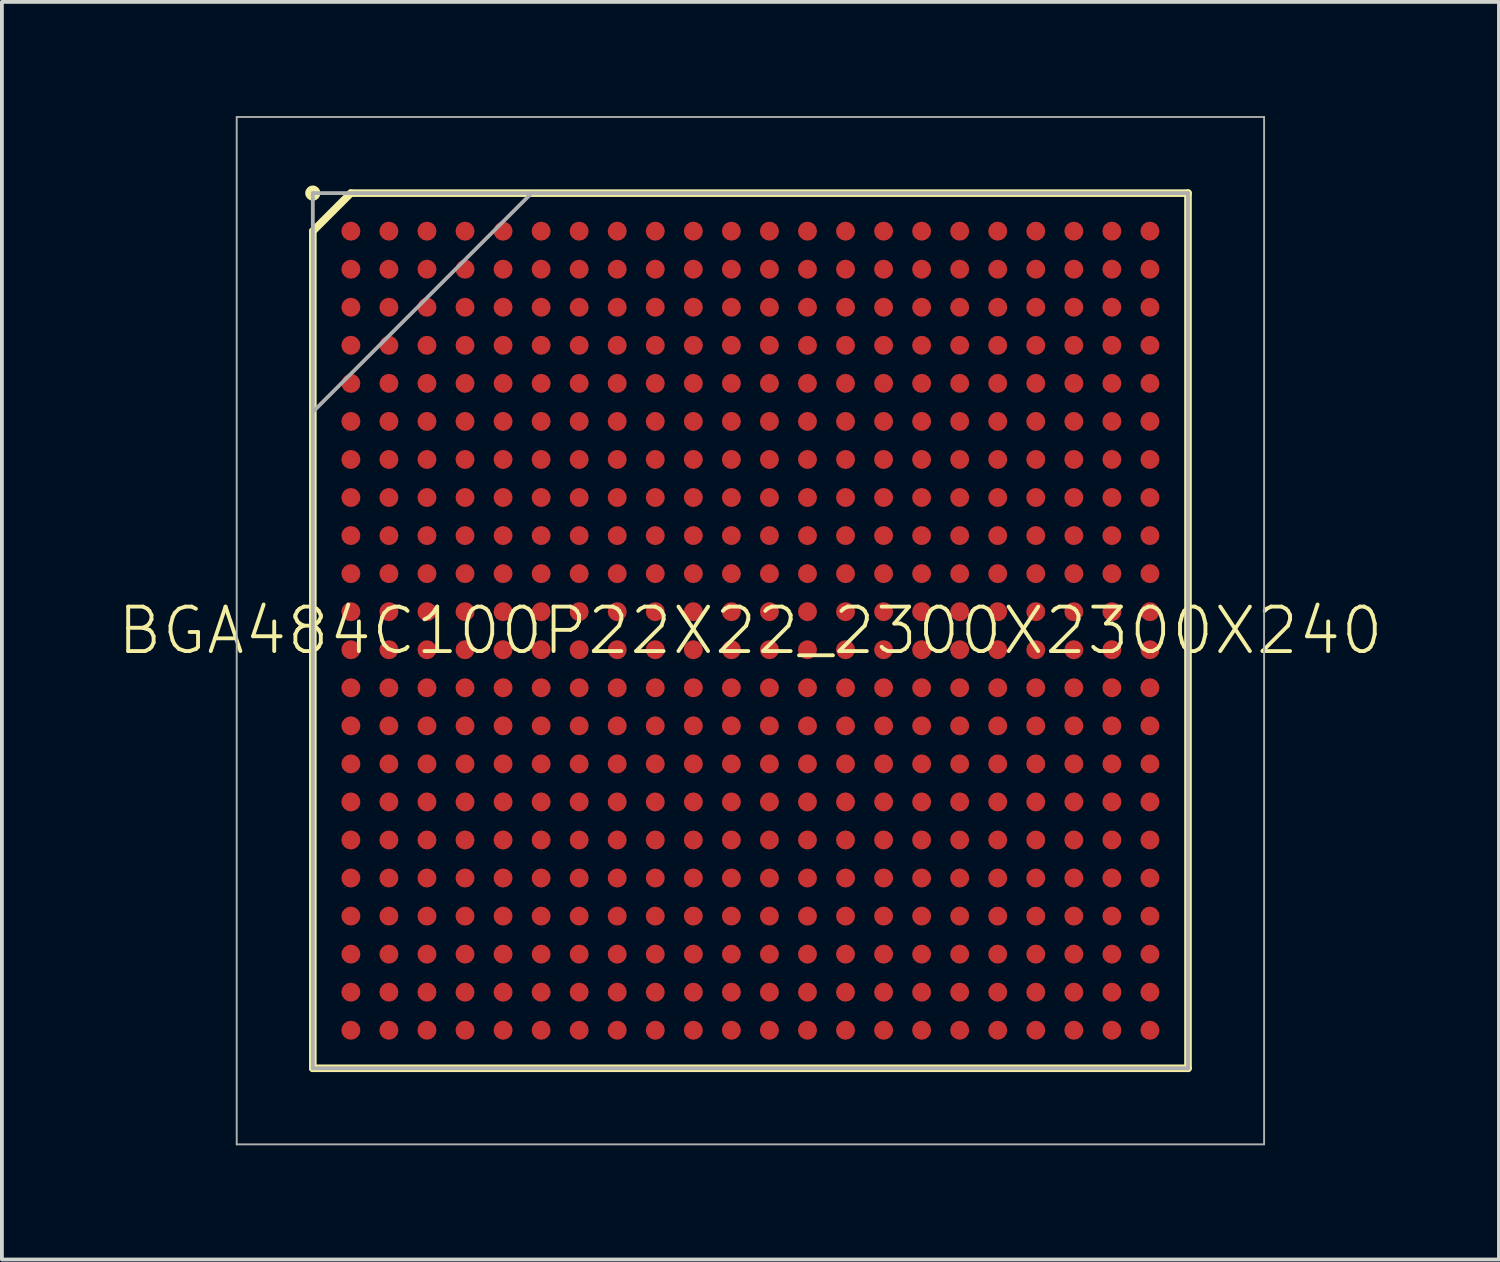
<source format=kicad_pcb>
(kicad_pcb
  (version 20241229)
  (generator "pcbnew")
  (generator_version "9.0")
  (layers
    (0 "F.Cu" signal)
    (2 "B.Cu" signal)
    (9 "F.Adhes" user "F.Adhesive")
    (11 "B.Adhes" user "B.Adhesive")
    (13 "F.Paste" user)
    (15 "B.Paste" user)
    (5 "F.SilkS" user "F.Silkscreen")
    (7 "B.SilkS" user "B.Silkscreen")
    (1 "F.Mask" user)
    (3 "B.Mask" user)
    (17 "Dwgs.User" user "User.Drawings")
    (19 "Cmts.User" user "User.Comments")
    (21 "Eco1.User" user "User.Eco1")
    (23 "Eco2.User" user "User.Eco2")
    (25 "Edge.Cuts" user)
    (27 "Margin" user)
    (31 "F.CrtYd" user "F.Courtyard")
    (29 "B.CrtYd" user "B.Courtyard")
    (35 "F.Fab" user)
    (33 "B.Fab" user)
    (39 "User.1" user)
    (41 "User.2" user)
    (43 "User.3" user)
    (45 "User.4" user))
  (footprint "BGA484C100P22X22_2300X2300X240"
    (layer "F.Cu")
    (at 16.671 13.525)
    (property "Reference" "BGA484C100P22X22_2300X2300X240" (at 0 0 0) (unlocked yes) (layer "F.SilkS") (effects (font (size 1.168 1.168) (thickness 0.102))))
    (fp_line (start -11.5 -10.5) (end -10.5 -11.5) (stroke (width 0.2) (type solid)) (layer "F.SilkS"))
    (fp_line (start -11.5 11.5) (end -11.5 -10.5) (stroke (width 0.2) (type solid)) (layer "F.SilkS"))
    (fp_line (start -10.5 -11.5) (end 11.5 -11.5) (stroke (width 0.2) (type solid)) (layer "F.SilkS"))
    (fp_line (start 11.5 -11.5) (end 11.5 11.5) (stroke (width 0.2) (type solid)) (layer "F.SilkS"))
    (fp_line (start 11.5 11.5) (end -11.5 11.5) (stroke (width 0.2) (type solid)) (layer "F.SilkS"))
    (fp_circle (center -11.5 -11.5) (end -11.4 -11.5) (stroke (width 0.2) (type solid)) (fill no) (layer "F.SilkS"))
    (fp_line (start -13.5 -13.5) (end 13.5 -13.5) (stroke (width 0.05) (type solid)) (layer "F.Fab"))
    (fp_line (start -13.5 13.5) (end -13.5 -13.5) (stroke (width 0.05) (type solid)) (layer "F.Fab"))
    (fp_line (start -11.5 -11.5) (end 11.5 -11.5) (stroke (width 0.1) (type solid)) (layer "F.Fab"))
    (fp_line (start -11.5 -5.75) (end -5.75 -11.5) (stroke (width 0.1) (type solid)) (layer "F.Fab"))
    (fp_line (start -11.5 11.5) (end -11.5 -11.5) (stroke (width 0.1) (type solid)) (layer "F.Fab"))
    (fp_line (start 11.5 -11.5) (end 11.5 11.5) (stroke (width 0.1) (type solid)) (layer "F.Fab"))
    (fp_line (start 11.5 11.5) (end -11.5 11.5) (stroke (width 0.1) (type solid)) (layer "F.Fab"))
    (fp_line (start 13.5 -13.5) (end 13.5 13.5) (stroke (width 0.05) (type solid)) (layer "F.Fab"))
    (fp_line (start 13.5 13.5) (end -13.5 13.5) (stroke (width 0.05) (type solid)) (layer "F.Fab"))
    (pad "A1" smd roundrect (at -10.5 -10.5) (size 0.5 0.5) (layers "F.Cu" "F.Mask" "F.Paste") (roundrect_rratio 0.5))
    (pad "A2" smd roundrect (at -9.5 -10.5) (size 0.5 0.5) (layers "F.Cu" "F.Mask" "F.Paste") (roundrect_rratio 0.5))
    (pad "A3" smd roundrect (at -8.5 -10.5) (size 0.5 0.5) (layers "F.Cu" "F.Mask" "F.Paste") (roundrect_rratio 0.5))
    (pad "A4" smd roundrect (at -7.5 -10.5) (size 0.5 0.5) (layers "F.Cu" "F.Mask" "F.Paste") (roundrect_rratio 0.5))
    (pad "A5" smd roundrect (at -6.5 -10.5) (size 0.5 0.5) (layers "F.Cu" "F.Mask" "F.Paste") (roundrect_rratio 0.5))
    (pad "A6" smd roundrect (at -5.5 -10.5) (size 0.5 0.5) (layers "F.Cu" "F.Mask" "F.Paste") (roundrect_rratio 0.5))
    (pad "A7" smd roundrect (at -4.5 -10.5) (size 0.5 0.5) (layers "F.Cu" "F.Mask" "F.Paste") (roundrect_rratio 0.5))
    (pad "A8" smd roundrect (at -3.5 -10.5) (size 0.5 0.5) (layers "F.Cu" "F.Mask" "F.Paste") (roundrect_rratio 0.5))
    (pad "A9" smd roundrect (at -2.5 -10.5) (size 0.5 0.5) (layers "F.Cu" "F.Mask" "F.Paste") (roundrect_rratio 0.5))
    (pad "A10" smd roundrect (at -1.5 -10.5) (size 0.5 0.5) (layers "F.Cu" "F.Mask" "F.Paste") (roundrect_rratio 0.5))
    (pad "A11" smd roundrect (at -0.5 -10.5) (size 0.5 0.5) (layers "F.Cu" "F.Mask" "F.Paste") (roundrect_rratio 0.5))
    (pad "A12" smd roundrect (at 0.5 -10.5) (size 0.5 0.5) (layers "F.Cu" "F.Mask" "F.Paste") (roundrect_rratio 0.5))
    (pad "A13" smd roundrect (at 1.5 -10.5) (size 0.5 0.5) (layers "F.Cu" "F.Mask" "F.Paste") (roundrect_rratio 0.5))
    (pad "A14" smd roundrect (at 2.5 -10.5) (size 0.5 0.5) (layers "F.Cu" "F.Mask" "F.Paste") (roundrect_rratio 0.5))
    (pad "A15" smd roundrect (at 3.5 -10.5) (size 0.5 0.5) (layers "F.Cu" "F.Mask" "F.Paste") (roundrect_rratio 0.5))
    (pad "A16" smd roundrect (at 4.5 -10.5) (size 0.5 0.5) (layers "F.Cu" "F.Mask" "F.Paste") (roundrect_rratio 0.5))
    (pad "A17" smd roundrect (at 5.5 -10.5) (size 0.5 0.5) (layers "F.Cu" "F.Mask" "F.Paste") (roundrect_rratio 0.5))
    (pad "A18" smd roundrect (at 6.5 -10.5) (size 0.5 0.5) (layers "F.Cu" "F.Mask" "F.Paste") (roundrect_rratio 0.5))
    (pad "A19" smd roundrect (at 7.5 -10.5) (size 0.5 0.5) (layers "F.Cu" "F.Mask" "F.Paste") (roundrect_rratio 0.5))
    (pad "A20" smd roundrect (at 8.5 -10.5) (size 0.5 0.5) (layers "F.Cu" "F.Mask" "F.Paste") (roundrect_rratio 0.5))
    (pad "A21" smd roundrect (at 9.5 -10.5) (size 0.5 0.5) (layers "F.Cu" "F.Mask" "F.Paste") (roundrect_rratio 0.5))
    (pad "A22" smd roundrect (at 10.5 -10.5) (size 0.5 0.5) (layers "F.Cu" "F.Mask" "F.Paste") (roundrect_rratio 0.5))
    (pad "AA1" smd roundrect (at -10.5 9.5) (size 0.5 0.5) (layers "F.Cu" "F.Mask" "F.Paste") (roundrect_rratio 0.5))
    (pad "AA2" smd roundrect (at -9.5 9.5) (size 0.5 0.5) (layers "F.Cu" "F.Mask" "F.Paste") (roundrect_rratio 0.5))
    (pad "AA3" smd roundrect (at -8.5 9.5) (size 0.5 0.5) (layers "F.Cu" "F.Mask" "F.Paste") (roundrect_rratio 0.5))
    (pad "AA4" smd roundrect (at -7.5 9.5) (size 0.5 0.5) (layers "F.Cu" "F.Mask" "F.Paste") (roundrect_rratio 0.5))
    (pad "AA5" smd roundrect (at -6.5 9.5) (size 0.5 0.5) (layers "F.Cu" "F.Mask" "F.Paste") (roundrect_rratio 0.5))
    (pad "AA6" smd roundrect (at -5.5 9.5) (size 0.5 0.5) (layers "F.Cu" "F.Mask" "F.Paste") (roundrect_rratio 0.5))
    (pad "AA7" smd roundrect (at -4.5 9.5) (size 0.5 0.5) (layers "F.Cu" "F.Mask" "F.Paste") (roundrect_rratio 0.5))
    (pad "AA8" smd roundrect (at -3.5 9.5) (size 0.5 0.5) (layers "F.Cu" "F.Mask" "F.Paste") (roundrect_rratio 0.5))
    (pad "AA9" smd roundrect (at -2.5 9.5) (size 0.5 0.5) (layers "F.Cu" "F.Mask" "F.Paste") (roundrect_rratio 0.5))
    (pad "AA10" smd roundrect (at -1.5 9.5) (size 0.5 0.5) (layers "F.Cu" "F.Mask" "F.Paste") (roundrect_rratio 0.5))
    (pad "AA11" smd roundrect (at -0.5 9.5) (size 0.5 0.5) (layers "F.Cu" "F.Mask" "F.Paste") (roundrect_rratio 0.5))
    (pad "AA12" smd roundrect (at 0.5 9.5) (size 0.5 0.5) (layers "F.Cu" "F.Mask" "F.Paste") (roundrect_rratio 0.5))
    (pad "AA13" smd roundrect (at 1.5 9.5) (size 0.5 0.5) (layers "F.Cu" "F.Mask" "F.Paste") (roundrect_rratio 0.5))
    (pad "AA14" smd roundrect (at 2.5 9.5) (size 0.5 0.5) (layers "F.Cu" "F.Mask" "F.Paste") (roundrect_rratio 0.5))
    (pad "AA15" smd roundrect (at 3.5 9.5) (size 0.5 0.5) (layers "F.Cu" "F.Mask" "F.Paste") (roundrect_rratio 0.5))
    (pad "AA16" smd roundrect (at 4.5 9.5) (size 0.5 0.5) (layers "F.Cu" "F.Mask" "F.Paste") (roundrect_rratio 0.5))
    (pad "AA17" smd roundrect (at 5.5 9.5) (size 0.5 0.5) (layers "F.Cu" "F.Mask" "F.Paste") (roundrect_rratio 0.5))
    (pad "AA18" smd roundrect (at 6.5 9.5) (size 0.5 0.5) (layers "F.Cu" "F.Mask" "F.Paste") (roundrect_rratio 0.5))
    (pad "AA19" smd roundrect (at 7.5 9.5) (size 0.5 0.5) (layers "F.Cu" "F.Mask" "F.Paste") (roundrect_rratio 0.5))
    (pad "AA20" smd roundrect (at 8.5 9.5) (size 0.5 0.5) (layers "F.Cu" "F.Mask" "F.Paste") (roundrect_rratio 0.5))
    (pad "AA21" smd roundrect (at 9.5 9.5) (size 0.5 0.5) (layers "F.Cu" "F.Mask" "F.Paste") (roundrect_rratio 0.5))
    (pad "AA22" smd roundrect (at 10.5 9.5) (size 0.5 0.5) (layers "F.Cu" "F.Mask" "F.Paste") (roundrect_rratio 0.5))
    (pad "AB1" smd roundrect (at -10.5 10.5) (size 0.5 0.5) (layers "F.Cu" "F.Mask" "F.Paste") (roundrect_rratio 0.5))
    (pad "AB2" smd roundrect (at -9.5 10.5) (size 0.5 0.5) (layers "F.Cu" "F.Mask" "F.Paste") (roundrect_rratio 0.5))
    (pad "AB3" smd roundrect (at -8.5 10.5) (size 0.5 0.5) (layers "F.Cu" "F.Mask" "F.Paste") (roundrect_rratio 0.5))
    (pad "AB4" smd roundrect (at -7.5 10.5) (size 0.5 0.5) (layers "F.Cu" "F.Mask" "F.Paste") (roundrect_rratio 0.5))
    (pad "AB5" smd roundrect (at -6.5 10.5) (size 0.5 0.5) (layers "F.Cu" "F.Mask" "F.Paste") (roundrect_rratio 0.5))
    (pad "AB6" smd roundrect (at -5.5 10.5) (size 0.5 0.5) (layers "F.Cu" "F.Mask" "F.Paste") (roundrect_rratio 0.5))
    (pad "AB7" smd roundrect (at -4.5 10.5) (size 0.5 0.5) (layers "F.Cu" "F.Mask" "F.Paste") (roundrect_rratio 0.5))
    (pad "AB8" smd roundrect (at -3.5 10.5) (size 0.5 0.5) (layers "F.Cu" "F.Mask" "F.Paste") (roundrect_rratio 0.5))
    (pad "AB9" smd roundrect (at -2.5 10.5) (size 0.5 0.5) (layers "F.Cu" "F.Mask" "F.Paste") (roundrect_rratio 0.5))
    (pad "AB10" smd roundrect (at -1.5 10.5) (size 0.5 0.5) (layers "F.Cu" "F.Mask" "F.Paste") (roundrect_rratio 0.5))
    (pad "AB11" smd roundrect (at -0.5 10.5) (size 0.5 0.5) (layers "F.Cu" "F.Mask" "F.Paste") (roundrect_rratio 0.5))
    (pad "AB12" smd roundrect (at 0.5 10.5) (size 0.5 0.5) (layers "F.Cu" "F.Mask" "F.Paste") (roundrect_rratio 0.5))
    (pad "AB13" smd roundrect (at 1.5 10.5) (size 0.5 0.5) (layers "F.Cu" "F.Mask" "F.Paste") (roundrect_rratio 0.5))
    (pad "AB14" smd roundrect (at 2.5 10.5) (size 0.5 0.5) (layers "F.Cu" "F.Mask" "F.Paste") (roundrect_rratio 0.5))
    (pad "AB15" smd roundrect (at 3.5 10.5) (size 0.5 0.5) (layers "F.Cu" "F.Mask" "F.Paste") (roundrect_rratio 0.5))
    (pad "AB16" smd roundrect (at 4.5 10.5) (size 0.5 0.5) (layers "F.Cu" "F.Mask" "F.Paste") (roundrect_rratio 0.5))
    (pad "AB17" smd roundrect (at 5.5 10.5) (size 0.5 0.5) (layers "F.Cu" "F.Mask" "F.Paste") (roundrect_rratio 0.5))
    (pad "AB18" smd roundrect (at 6.5 10.5) (size 0.5 0.5) (layers "F.Cu" "F.Mask" "F.Paste") (roundrect_rratio 0.5))
    (pad "AB19" smd roundrect (at 7.5 10.5) (size 0.5 0.5) (layers "F.Cu" "F.Mask" "F.Paste") (roundrect_rratio 0.5))
    (pad "AB20" smd roundrect (at 8.5 10.5) (size 0.5 0.5) (layers "F.Cu" "F.Mask" "F.Paste") (roundrect_rratio 0.5))
    (pad "AB21" smd roundrect (at 9.5 10.5) (size 0.5 0.5) (layers "F.Cu" "F.Mask" "F.Paste") (roundrect_rratio 0.5))
    (pad "AB22" smd roundrect (at 10.5 10.5) (size 0.5 0.5) (layers "F.Cu" "F.Mask" "F.Paste") (roundrect_rratio 0.5))
    (pad "B1" smd roundrect (at -10.5 -9.5) (size 0.5 0.5) (layers "F.Cu" "F.Mask" "F.Paste") (roundrect_rratio 0.5))
    (pad "B2" smd roundrect (at -9.5 -9.5) (size 0.5 0.5) (layers "F.Cu" "F.Mask" "F.Paste") (roundrect_rratio 0.5))
    (pad "B3" smd roundrect (at -8.5 -9.5) (size 0.5 0.5) (layers "F.Cu" "F.Mask" "F.Paste") (roundrect_rratio 0.5))
    (pad "B4" smd roundrect (at -7.5 -9.5) (size 0.5 0.5) (layers "F.Cu" "F.Mask" "F.Paste") (roundrect_rratio 0.5))
    (pad "B5" smd roundrect (at -6.5 -9.5) (size 0.5 0.5) (layers "F.Cu" "F.Mask" "F.Paste") (roundrect_rratio 0.5))
    (pad "B6" smd roundrect (at -5.5 -9.5) (size 0.5 0.5) (layers "F.Cu" "F.Mask" "F.Paste") (roundrect_rratio 0.5))
    (pad "B7" smd roundrect (at -4.5 -9.5) (size 0.5 0.5) (layers "F.Cu" "F.Mask" "F.Paste") (roundrect_rratio 0.5))
    (pad "B8" smd roundrect (at -3.5 -9.5) (size 0.5 0.5) (layers "F.Cu" "F.Mask" "F.Paste") (roundrect_rratio 0.5))
    (pad "B9" smd roundrect (at -2.5 -9.5) (size 0.5 0.5) (layers "F.Cu" "F.Mask" "F.Paste") (roundrect_rratio 0.5))
    (pad "B10" smd roundrect (at -1.5 -9.5) (size 0.5 0.5) (layers "F.Cu" "F.Mask" "F.Paste") (roundrect_rratio 0.5))
    (pad "B11" smd roundrect (at -0.5 -9.5) (size 0.5 0.5) (layers "F.Cu" "F.Mask" "F.Paste") (roundrect_rratio 0.5))
    (pad "B12" smd roundrect (at 0.5 -9.5) (size 0.5 0.5) (layers "F.Cu" "F.Mask" "F.Paste") (roundrect_rratio 0.5))
    (pad "B13" smd roundrect (at 1.5 -9.5) (size 0.5 0.5) (layers "F.Cu" "F.Mask" "F.Paste") (roundrect_rratio 0.5))
    (pad "B14" smd roundrect (at 2.5 -9.5) (size 0.5 0.5) (layers "F.Cu" "F.Mask" "F.Paste") (roundrect_rratio 0.5))
    (pad "B15" smd roundrect (at 3.5 -9.5) (size 0.5 0.5) (layers "F.Cu" "F.Mask" "F.Paste") (roundrect_rratio 0.5))
    (pad "B16" smd roundrect (at 4.5 -9.5) (size 0.5 0.5) (layers "F.Cu" "F.Mask" "F.Paste") (roundrect_rratio 0.5))
    (pad "B17" smd roundrect (at 5.5 -9.5) (size 0.5 0.5) (layers "F.Cu" "F.Mask" "F.Paste") (roundrect_rratio 0.5))
    (pad "B18" smd roundrect (at 6.5 -9.5) (size 0.5 0.5) (layers "F.Cu" "F.Mask" "F.Paste") (roundrect_rratio 0.5))
    (pad "B19" smd roundrect (at 7.5 -9.5) (size 0.5 0.5) (layers "F.Cu" "F.Mask" "F.Paste") (roundrect_rratio 0.5))
    (pad "B20" smd roundrect (at 8.5 -9.5) (size 0.5 0.5) (layers "F.Cu" "F.Mask" "F.Paste") (roundrect_rratio 0.5))
    (pad "B21" smd roundrect (at 9.5 -9.5) (size 0.5 0.5) (layers "F.Cu" "F.Mask" "F.Paste") (roundrect_rratio 0.5))
    (pad "B22" smd roundrect (at 10.5 -9.5) (size 0.5 0.5) (layers "F.Cu" "F.Mask" "F.Paste") (roundrect_rratio 0.5))
    (pad "C1" smd roundrect (at -10.5 -8.5) (size 0.5 0.5) (layers "F.Cu" "F.Mask" "F.Paste") (roundrect_rratio 0.5))
    (pad "C2" smd roundrect (at -9.5 -8.5) (size 0.5 0.5) (layers "F.Cu" "F.Mask" "F.Paste") (roundrect_rratio 0.5))
    (pad "C3" smd roundrect (at -8.5 -8.5) (size 0.5 0.5) (layers "F.Cu" "F.Mask" "F.Paste") (roundrect_rratio 0.5))
    (pad "C4" smd roundrect (at -7.5 -8.5) (size 0.5 0.5) (layers "F.Cu" "F.Mask" "F.Paste") (roundrect_rratio 0.5))
    (pad "C5" smd roundrect (at -6.5 -8.5) (size 0.5 0.5) (layers "F.Cu" "F.Mask" "F.Paste") (roundrect_rratio 0.5))
    (pad "C6" smd roundrect (at -5.5 -8.5) (size 0.5 0.5) (layers "F.Cu" "F.Mask" "F.Paste") (roundrect_rratio 0.5))
    (pad "C7" smd roundrect (at -4.5 -8.5) (size 0.5 0.5) (layers "F.Cu" "F.Mask" "F.Paste") (roundrect_rratio 0.5))
    (pad "C8" smd roundrect (at -3.5 -8.5) (size 0.5 0.5) (layers "F.Cu" "F.Mask" "F.Paste") (roundrect_rratio 0.5))
    (pad "C9" smd roundrect (at -2.5 -8.5) (size 0.5 0.5) (layers "F.Cu" "F.Mask" "F.Paste") (roundrect_rratio 0.5))
    (pad "C10" smd roundrect (at -1.5 -8.5) (size 0.5 0.5) (layers "F.Cu" "F.Mask" "F.Paste") (roundrect_rratio 0.5))
    (pad "C11" smd roundrect (at -0.5 -8.5) (size 0.5 0.5) (layers "F.Cu" "F.Mask" "F.Paste") (roundrect_rratio 0.5))
    (pad "C12" smd roundrect (at 0.5 -8.5) (size 0.5 0.5) (layers "F.Cu" "F.Mask" "F.Paste") (roundrect_rratio 0.5))
    (pad "C13" smd roundrect (at 1.5 -8.5) (size 0.5 0.5) (layers "F.Cu" "F.Mask" "F.Paste") (roundrect_rratio 0.5))
    (pad "C14" smd roundrect (at 2.5 -8.5) (size 0.5 0.5) (layers "F.Cu" "F.Mask" "F.Paste") (roundrect_rratio 0.5))
    (pad "C15" smd roundrect (at 3.5 -8.5) (size 0.5 0.5) (layers "F.Cu" "F.Mask" "F.Paste") (roundrect_rratio 0.5))
    (pad "C16" smd roundrect (at 4.5 -8.5) (size 0.5 0.5) (layers "F.Cu" "F.Mask" "F.Paste") (roundrect_rratio 0.5))
    (pad "C17" smd roundrect (at 5.5 -8.5) (size 0.5 0.5) (layers "F.Cu" "F.Mask" "F.Paste") (roundrect_rratio 0.5))
    (pad "C18" smd roundrect (at 6.5 -8.5) (size 0.5 0.5) (layers "F.Cu" "F.Mask" "F.Paste") (roundrect_rratio 0.5))
    (pad "C19" smd roundrect (at 7.5 -8.5) (size 0.5 0.5) (layers "F.Cu" "F.Mask" "F.Paste") (roundrect_rratio 0.5))
    (pad "C20" smd roundrect (at 8.5 -8.5) (size 0.5 0.5) (layers "F.Cu" "F.Mask" "F.Paste") (roundrect_rratio 0.5))
    (pad "C21" smd roundrect (at 9.5 -8.5) (size 0.5 0.5) (layers "F.Cu" "F.Mask" "F.Paste") (roundrect_rratio 0.5))
    (pad "C22" smd roundrect (at 10.5 -8.5) (size 0.5 0.5) (layers "F.Cu" "F.Mask" "F.Paste") (roundrect_rratio 0.5))
    (pad "D1" smd roundrect (at -10.5 -7.5) (size 0.5 0.5) (layers "F.Cu" "F.Mask" "F.Paste") (roundrect_rratio 0.5))
    (pad "D2" smd roundrect (at -9.5 -7.5) (size 0.5 0.5) (layers "F.Cu" "F.Mask" "F.Paste") (roundrect_rratio 0.5))
    (pad "D3" smd roundrect (at -8.5 -7.5) (size 0.5 0.5) (layers "F.Cu" "F.Mask" "F.Paste") (roundrect_rratio 0.5))
    (pad "D4" smd roundrect (at -7.5 -7.5) (size 0.5 0.5) (layers "F.Cu" "F.Mask" "F.Paste") (roundrect_rratio 0.5))
    (pad "D5" smd roundrect (at -6.5 -7.5) (size 0.5 0.5) (layers "F.Cu" "F.Mask" "F.Paste") (roundrect_rratio 0.5))
    (pad "D6" smd roundrect (at -5.5 -7.5) (size 0.5 0.5) (layers "F.Cu" "F.Mask" "F.Paste") (roundrect_rratio 0.5))
    (pad "D7" smd roundrect (at -4.5 -7.5) (size 0.5 0.5) (layers "F.Cu" "F.Mask" "F.Paste") (roundrect_rratio 0.5))
    (pad "D8" smd roundrect (at -3.5 -7.5) (size 0.5 0.5) (layers "F.Cu" "F.Mask" "F.Paste") (roundrect_rratio 0.5))
    (pad "D9" smd roundrect (at -2.5 -7.5) (size 0.5 0.5) (layers "F.Cu" "F.Mask" "F.Paste") (roundrect_rratio 0.5))
    (pad "D10" smd roundrect (at -1.5 -7.5) (size 0.5 0.5) (layers "F.Cu" "F.Mask" "F.Paste") (roundrect_rratio 0.5))
    (pad "D11" smd roundrect (at -0.5 -7.5) (size 0.5 0.5) (layers "F.Cu" "F.Mask" "F.Paste") (roundrect_rratio 0.5))
    (pad "D12" smd roundrect (at 0.5 -7.5) (size 0.5 0.5) (layers "F.Cu" "F.Mask" "F.Paste") (roundrect_rratio 0.5))
    (pad "D13" smd roundrect (at 1.5 -7.5) (size 0.5 0.5) (layers "F.Cu" "F.Mask" "F.Paste") (roundrect_rratio 0.5))
    (pad "D14" smd roundrect (at 2.5 -7.5) (size 0.5 0.5) (layers "F.Cu" "F.Mask" "F.Paste") (roundrect_rratio 0.5))
    (pad "D15" smd roundrect (at 3.5 -7.5) (size 0.5 0.5) (layers "F.Cu" "F.Mask" "F.Paste") (roundrect_rratio 0.5))
    (pad "D16" smd roundrect (at 4.5 -7.5) (size 0.5 0.5) (layers "F.Cu" "F.Mask" "F.Paste") (roundrect_rratio 0.5))
    (pad "D17" smd roundrect (at 5.5 -7.5) (size 0.5 0.5) (layers "F.Cu" "F.Mask" "F.Paste") (roundrect_rratio 0.5))
    (pad "D18" smd roundrect (at 6.5 -7.5) (size 0.5 0.5) (layers "F.Cu" "F.Mask" "F.Paste") (roundrect_rratio 0.5))
    (pad "D19" smd roundrect (at 7.5 -7.5) (size 0.5 0.5) (layers "F.Cu" "F.Mask" "F.Paste") (roundrect_rratio 0.5))
    (pad "D20" smd roundrect (at 8.5 -7.5) (size 0.5 0.5) (layers "F.Cu" "F.Mask" "F.Paste") (roundrect_rratio 0.5))
    (pad "D21" smd roundrect (at 9.5 -7.5) (size 0.5 0.5) (layers "F.Cu" "F.Mask" "F.Paste") (roundrect_rratio 0.5))
    (pad "D22" smd roundrect (at 10.5 -7.5) (size 0.5 0.5) (layers "F.Cu" "F.Mask" "F.Paste") (roundrect_rratio 0.5))
    (pad "E1" smd roundrect (at -10.5 -6.5) (size 0.5 0.5) (layers "F.Cu" "F.Mask" "F.Paste") (roundrect_rratio 0.5))
    (pad "E2" smd roundrect (at -9.5 -6.5) (size 0.5 0.5) (layers "F.Cu" "F.Mask" "F.Paste") (roundrect_rratio 0.5))
    (pad "E3" smd roundrect (at -8.5 -6.5) (size 0.5 0.5) (layers "F.Cu" "F.Mask" "F.Paste") (roundrect_rratio 0.5))
    (pad "E4" smd roundrect (at -7.5 -6.5) (size 0.5 0.5) (layers "F.Cu" "F.Mask" "F.Paste") (roundrect_rratio 0.5))
    (pad "E5" smd roundrect (at -6.5 -6.5) (size 0.5 0.5) (layers "F.Cu" "F.Mask" "F.Paste") (roundrect_rratio 0.5))
    (pad "E6" smd roundrect (at -5.5 -6.5) (size 0.5 0.5) (layers "F.Cu" "F.Mask" "F.Paste") (roundrect_rratio 0.5))
    (pad "E7" smd roundrect (at -4.5 -6.5) (size 0.5 0.5) (layers "F.Cu" "F.Mask" "F.Paste") (roundrect_rratio 0.5))
    (pad "E8" smd roundrect (at -3.5 -6.5) (size 0.5 0.5) (layers "F.Cu" "F.Mask" "F.Paste") (roundrect_rratio 0.5))
    (pad "E9" smd roundrect (at -2.5 -6.5) (size 0.5 0.5) (layers "F.Cu" "F.Mask" "F.Paste") (roundrect_rratio 0.5))
    (pad "E10" smd roundrect (at -1.5 -6.5) (size 0.5 0.5) (layers "F.Cu" "F.Mask" "F.Paste") (roundrect_rratio 0.5))
    (pad "E11" smd roundrect (at -0.5 -6.5) (size 0.5 0.5) (layers "F.Cu" "F.Mask" "F.Paste") (roundrect_rratio 0.5))
    (pad "E12" smd roundrect (at 0.5 -6.5) (size 0.5 0.5) (layers "F.Cu" "F.Mask" "F.Paste") (roundrect_rratio 0.5))
    (pad "E13" smd roundrect (at 1.5 -6.5) (size 0.5 0.5) (layers "F.Cu" "F.Mask" "F.Paste") (roundrect_rratio 0.5))
    (pad "E14" smd roundrect (at 2.5 -6.5) (size 0.5 0.5) (layers "F.Cu" "F.Mask" "F.Paste") (roundrect_rratio 0.5))
    (pad "E15" smd roundrect (at 3.5 -6.5) (size 0.5 0.5) (layers "F.Cu" "F.Mask" "F.Paste") (roundrect_rratio 0.5))
    (pad "E16" smd roundrect (at 4.5 -6.5) (size 0.5 0.5) (layers "F.Cu" "F.Mask" "F.Paste") (roundrect_rratio 0.5))
    (pad "E17" smd roundrect (at 5.5 -6.5) (size 0.5 0.5) (layers "F.Cu" "F.Mask" "F.Paste") (roundrect_rratio 0.5))
    (pad "E18" smd roundrect (at 6.5 -6.5) (size 0.5 0.5) (layers "F.Cu" "F.Mask" "F.Paste") (roundrect_rratio 0.5))
    (pad "E19" smd roundrect (at 7.5 -6.5) (size 0.5 0.5) (layers "F.Cu" "F.Mask" "F.Paste") (roundrect_rratio 0.5))
    (pad "E20" smd roundrect (at 8.5 -6.5) (size 0.5 0.5) (layers "F.Cu" "F.Mask" "F.Paste") (roundrect_rratio 0.5))
    (pad "E21" smd roundrect (at 9.5 -6.5) (size 0.5 0.5) (layers "F.Cu" "F.Mask" "F.Paste") (roundrect_rratio 0.5))
    (pad "E22" smd roundrect (at 10.5 -6.5) (size 0.5 0.5) (layers "F.Cu" "F.Mask" "F.Paste") (roundrect_rratio 0.5))
    (pad "F1" smd roundrect (at -10.5 -5.5) (size 0.5 0.5) (layers "F.Cu" "F.Mask" "F.Paste") (roundrect_rratio 0.5))
    (pad "F2" smd roundrect (at -9.5 -5.5) (size 0.5 0.5) (layers "F.Cu" "F.Mask" "F.Paste") (roundrect_rratio 0.5))
    (pad "F3" smd roundrect (at -8.5 -5.5) (size 0.5 0.5) (layers "F.Cu" "F.Mask" "F.Paste") (roundrect_rratio 0.5))
    (pad "F4" smd roundrect (at -7.5 -5.5) (size 0.5 0.5) (layers "F.Cu" "F.Mask" "F.Paste") (roundrect_rratio 0.5))
    (pad "F5" smd roundrect (at -6.5 -5.5) (size 0.5 0.5) (layers "F.Cu" "F.Mask" "F.Paste") (roundrect_rratio 0.5))
    (pad "F6" smd roundrect (at -5.5 -5.5) (size 0.5 0.5) (layers "F.Cu" "F.Mask" "F.Paste") (roundrect_rratio 0.5))
    (pad "F7" smd roundrect (at -4.5 -5.5) (size 0.5 0.5) (layers "F.Cu" "F.Mask" "F.Paste") (roundrect_rratio 0.5))
    (pad "F8" smd roundrect (at -3.5 -5.5) (size 0.5 0.5) (layers "F.Cu" "F.Mask" "F.Paste") (roundrect_rratio 0.5))
    (pad "F9" smd roundrect (at -2.5 -5.5) (size 0.5 0.5) (layers "F.Cu" "F.Mask" "F.Paste") (roundrect_rratio 0.5))
    (pad "F10" smd roundrect (at -1.5 -5.5) (size 0.5 0.5) (layers "F.Cu" "F.Mask" "F.Paste") (roundrect_rratio 0.5))
    (pad "F11" smd roundrect (at -0.5 -5.5) (size 0.5 0.5) (layers "F.Cu" "F.Mask" "F.Paste") (roundrect_rratio 0.5))
    (pad "F12" smd roundrect (at 0.5 -5.5) (size 0.5 0.5) (layers "F.Cu" "F.Mask" "F.Paste") (roundrect_rratio 0.5))
    (pad "F13" smd roundrect (at 1.5 -5.5) (size 0.5 0.5) (layers "F.Cu" "F.Mask" "F.Paste") (roundrect_rratio 0.5))
    (pad "F14" smd roundrect (at 2.5 -5.5) (size 0.5 0.5) (layers "F.Cu" "F.Mask" "F.Paste") (roundrect_rratio 0.5))
    (pad "F15" smd roundrect (at 3.5 -5.5) (size 0.5 0.5) (layers "F.Cu" "F.Mask" "F.Paste") (roundrect_rratio 0.5))
    (pad "F16" smd roundrect (at 4.5 -5.5) (size 0.5 0.5) (layers "F.Cu" "F.Mask" "F.Paste") (roundrect_rratio 0.5))
    (pad "F17" smd roundrect (at 5.5 -5.5) (size 0.5 0.5) (layers "F.Cu" "F.Mask" "F.Paste") (roundrect_rratio 0.5))
    (pad "F18" smd roundrect (at 6.5 -5.5) (size 0.5 0.5) (layers "F.Cu" "F.Mask" "F.Paste") (roundrect_rratio 0.5))
    (pad "F19" smd roundrect (at 7.5 -5.5) (size 0.5 0.5) (layers "F.Cu" "F.Mask" "F.Paste") (roundrect_rratio 0.5))
    (pad "F20" smd roundrect (at 8.5 -5.5) (size 0.5 0.5) (layers "F.Cu" "F.Mask" "F.Paste") (roundrect_rratio 0.5))
    (pad "F21" smd roundrect (at 9.5 -5.5) (size 0.5 0.5) (layers "F.Cu" "F.Mask" "F.Paste") (roundrect_rratio 0.5))
    (pad "F22" smd roundrect (at 10.5 -5.5) (size 0.5 0.5) (layers "F.Cu" "F.Mask" "F.Paste") (roundrect_rratio 0.5))
    (pad "G1" smd roundrect (at -10.5 -4.5) (size 0.5 0.5) (layers "F.Cu" "F.Mask" "F.Paste") (roundrect_rratio 0.5))
    (pad "G2" smd roundrect (at -9.5 -4.5) (size 0.5 0.5) (layers "F.Cu" "F.Mask" "F.Paste") (roundrect_rratio 0.5))
    (pad "G3" smd roundrect (at -8.5 -4.5) (size 0.5 0.5) (layers "F.Cu" "F.Mask" "F.Paste") (roundrect_rratio 0.5))
    (pad "G4" smd roundrect (at -7.5 -4.5) (size 0.5 0.5) (layers "F.Cu" "F.Mask" "F.Paste") (roundrect_rratio 0.5))
    (pad "G5" smd roundrect (at -6.5 -4.5) (size 0.5 0.5) (layers "F.Cu" "F.Mask" "F.Paste") (roundrect_rratio 0.5))
    (pad "G6" smd roundrect (at -5.5 -4.5) (size 0.5 0.5) (layers "F.Cu" "F.Mask" "F.Paste") (roundrect_rratio 0.5))
    (pad "G7" smd roundrect (at -4.5 -4.5) (size 0.5 0.5) (layers "F.Cu" "F.Mask" "F.Paste") (roundrect_rratio 0.5))
    (pad "G8" smd roundrect (at -3.5 -4.5) (size 0.5 0.5) (layers "F.Cu" "F.Mask" "F.Paste") (roundrect_rratio 0.5))
    (pad "G9" smd roundrect (at -2.5 -4.5) (size 0.5 0.5) (layers "F.Cu" "F.Mask" "F.Paste") (roundrect_rratio 0.5))
    (pad "G10" smd roundrect (at -1.5 -4.5) (size 0.5 0.5) (layers "F.Cu" "F.Mask" "F.Paste") (roundrect_rratio 0.5))
    (pad "G11" smd roundrect (at -0.5 -4.5) (size 0.5 0.5) (layers "F.Cu" "F.Mask" "F.Paste") (roundrect_rratio 0.5))
    (pad "G12" smd roundrect (at 0.5 -4.5) (size 0.5 0.5) (layers "F.Cu" "F.Mask" "F.Paste") (roundrect_rratio 0.5))
    (pad "G13" smd roundrect (at 1.5 -4.5) (size 0.5 0.5) (layers "F.Cu" "F.Mask" "F.Paste") (roundrect_rratio 0.5))
    (pad "G14" smd roundrect (at 2.5 -4.5) (size 0.5 0.5) (layers "F.Cu" "F.Mask" "F.Paste") (roundrect_rratio 0.5))
    (pad "G15" smd roundrect (at 3.5 -4.5) (size 0.5 0.5) (layers "F.Cu" "F.Mask" "F.Paste") (roundrect_rratio 0.5))
    (pad "G16" smd roundrect (at 4.5 -4.5) (size 0.5 0.5) (layers "F.Cu" "F.Mask" "F.Paste") (roundrect_rratio 0.5))
    (pad "G17" smd roundrect (at 5.5 -4.5) (size 0.5 0.5) (layers "F.Cu" "F.Mask" "F.Paste") (roundrect_rratio 0.5))
    (pad "G18" smd roundrect (at 6.5 -4.5) (size 0.5 0.5) (layers "F.Cu" "F.Mask" "F.Paste") (roundrect_rratio 0.5))
    (pad "G19" smd roundrect (at 7.5 -4.5) (size 0.5 0.5) (layers "F.Cu" "F.Mask" "F.Paste") (roundrect_rratio 0.5))
    (pad "G20" smd roundrect (at 8.5 -4.5) (size 0.5 0.5) (layers "F.Cu" "F.Mask" "F.Paste") (roundrect_rratio 0.5))
    (pad "G21" smd roundrect (at 9.5 -4.5) (size 0.5 0.5) (layers "F.Cu" "F.Mask" "F.Paste") (roundrect_rratio 0.5))
    (pad "G22" smd roundrect (at 10.5 -4.5) (size 0.5 0.5) (layers "F.Cu" "F.Mask" "F.Paste") (roundrect_rratio 0.5))
    (pad "H1" smd roundrect (at -10.5 -3.5) (size 0.5 0.5) (layers "F.Cu" "F.Mask" "F.Paste") (roundrect_rratio 0.5))
    (pad "H2" smd roundrect (at -9.5 -3.5) (size 0.5 0.5) (layers "F.Cu" "F.Mask" "F.Paste") (roundrect_rratio 0.5))
    (pad "H3" smd roundrect (at -8.5 -3.5) (size 0.5 0.5) (layers "F.Cu" "F.Mask" "F.Paste") (roundrect_rratio 0.5))
    (pad "H4" smd roundrect (at -7.5 -3.5) (size 0.5 0.5) (layers "F.Cu" "F.Mask" "F.Paste") (roundrect_rratio 0.5))
    (pad "H5" smd roundrect (at -6.5 -3.5) (size 0.5 0.5) (layers "F.Cu" "F.Mask" "F.Paste") (roundrect_rratio 0.5))
    (pad "H6" smd roundrect (at -5.5 -3.5) (size 0.5 0.5) (layers "F.Cu" "F.Mask" "F.Paste") (roundrect_rratio 0.5))
    (pad "H7" smd roundrect (at -4.5 -3.5) (size 0.5 0.5) (layers "F.Cu" "F.Mask" "F.Paste") (roundrect_rratio 0.5))
    (pad "H8" smd roundrect (at -3.5 -3.5) (size 0.5 0.5) (layers "F.Cu" "F.Mask" "F.Paste") (roundrect_rratio 0.5))
    (pad "H9" smd roundrect (at -2.5 -3.5) (size 0.5 0.5) (layers "F.Cu" "F.Mask" "F.Paste") (roundrect_rratio 0.5))
    (pad "H10" smd roundrect (at -1.5 -3.5) (size 0.5 0.5) (layers "F.Cu" "F.Mask" "F.Paste") (roundrect_rratio 0.5))
    (pad "H11" smd roundrect (at -0.5 -3.5) (size 0.5 0.5) (layers "F.Cu" "F.Mask" "F.Paste") (roundrect_rratio 0.5))
    (pad "H12" smd roundrect (at 0.5 -3.5) (size 0.5 0.5) (layers "F.Cu" "F.Mask" "F.Paste") (roundrect_rratio 0.5))
    (pad "H13" smd roundrect (at 1.5 -3.5) (size 0.5 0.5) (layers "F.Cu" "F.Mask" "F.Paste") (roundrect_rratio 0.5))
    (pad "H14" smd roundrect (at 2.5 -3.5) (size 0.5 0.5) (layers "F.Cu" "F.Mask" "F.Paste") (roundrect_rratio 0.5))
    (pad "H15" smd roundrect (at 3.5 -3.5) (size 0.5 0.5) (layers "F.Cu" "F.Mask" "F.Paste") (roundrect_rratio 0.5))
    (pad "H16" smd roundrect (at 4.5 -3.5) (size 0.5 0.5) (layers "F.Cu" "F.Mask" "F.Paste") (roundrect_rratio 0.5))
    (pad "H17" smd roundrect (at 5.5 -3.5) (size 0.5 0.5) (layers "F.Cu" "F.Mask" "F.Paste") (roundrect_rratio 0.5))
    (pad "H18" smd roundrect (at 6.5 -3.5) (size 0.5 0.5) (layers "F.Cu" "F.Mask" "F.Paste") (roundrect_rratio 0.5))
    (pad "H19" smd roundrect (at 7.5 -3.5) (size 0.5 0.5) (layers "F.Cu" "F.Mask" "F.Paste") (roundrect_rratio 0.5))
    (pad "H20" smd roundrect (at 8.5 -3.5) (size 0.5 0.5) (layers "F.Cu" "F.Mask" "F.Paste") (roundrect_rratio 0.5))
    (pad "H21" smd roundrect (at 9.5 -3.5) (size 0.5 0.5) (layers "F.Cu" "F.Mask" "F.Paste") (roundrect_rratio 0.5))
    (pad "H22" smd roundrect (at 10.5 -3.5) (size 0.5 0.5) (layers "F.Cu" "F.Mask" "F.Paste") (roundrect_rratio 0.5))
    (pad "J1" smd roundrect (at -10.5 -2.5) (size 0.5 0.5) (layers "F.Cu" "F.Mask" "F.Paste") (roundrect_rratio 0.5))
    (pad "J2" smd roundrect (at -9.5 -2.5) (size 0.5 0.5) (layers "F.Cu" "F.Mask" "F.Paste") (roundrect_rratio 0.5))
    (pad "J3" smd roundrect (at -8.5 -2.5) (size 0.5 0.5) (layers "F.Cu" "F.Mask" "F.Paste") (roundrect_rratio 0.5))
    (pad "J4" smd roundrect (at -7.5 -2.5) (size 0.5 0.5) (layers "F.Cu" "F.Mask" "F.Paste") (roundrect_rratio 0.5))
    (pad "J5" smd roundrect (at -6.5 -2.5) (size 0.5 0.5) (layers "F.Cu" "F.Mask" "F.Paste") (roundrect_rratio 0.5))
    (pad "J6" smd roundrect (at -5.5 -2.5) (size 0.5 0.5) (layers "F.Cu" "F.Mask" "F.Paste") (roundrect_rratio 0.5))
    (pad "J7" smd roundrect (at -4.5 -2.5) (size 0.5 0.5) (layers "F.Cu" "F.Mask" "F.Paste") (roundrect_rratio 0.5))
    (pad "J8" smd roundrect (at -3.5 -2.5) (size 0.5 0.5) (layers "F.Cu" "F.Mask" "F.Paste") (roundrect_rratio 0.5))
    (pad "J9" smd roundrect (at -2.5 -2.5) (size 0.5 0.5) (layers "F.Cu" "F.Mask" "F.Paste") (roundrect_rratio 0.5))
    (pad "J10" smd roundrect (at -1.5 -2.5) (size 0.5 0.5) (layers "F.Cu" "F.Mask" "F.Paste") (roundrect_rratio 0.5))
    (pad "J11" smd roundrect (at -0.5 -2.5) (size 0.5 0.5) (layers "F.Cu" "F.Mask" "F.Paste") (roundrect_rratio 0.5))
    (pad "J12" smd roundrect (at 0.5 -2.5) (size 0.5 0.5) (layers "F.Cu" "F.Mask" "F.Paste") (roundrect_rratio 0.5))
    (pad "J13" smd roundrect (at 1.5 -2.5) (size 0.5 0.5) (layers "F.Cu" "F.Mask" "F.Paste") (roundrect_rratio 0.5))
    (pad "J14" smd roundrect (at 2.5 -2.5) (size 0.5 0.5) (layers "F.Cu" "F.Mask" "F.Paste") (roundrect_rratio 0.5))
    (pad "J15" smd roundrect (at 3.5 -2.5) (size 0.5 0.5) (layers "F.Cu" "F.Mask" "F.Paste") (roundrect_rratio 0.5))
    (pad "J16" smd roundrect (at 4.5 -2.5) (size 0.5 0.5) (layers "F.Cu" "F.Mask" "F.Paste") (roundrect_rratio 0.5))
    (pad "J17" smd roundrect (at 5.5 -2.5) (size 0.5 0.5) (layers "F.Cu" "F.Mask" "F.Paste") (roundrect_rratio 0.5))
    (pad "J18" smd roundrect (at 6.5 -2.5) (size 0.5 0.5) (layers "F.Cu" "F.Mask" "F.Paste") (roundrect_rratio 0.5))
    (pad "J19" smd roundrect (at 7.5 -2.5) (size 0.5 0.5) (layers "F.Cu" "F.Mask" "F.Paste") (roundrect_rratio 0.5))
    (pad "J20" smd roundrect (at 8.5 -2.5) (size 0.5 0.5) (layers "F.Cu" "F.Mask" "F.Paste") (roundrect_rratio 0.5))
    (pad "J21" smd roundrect (at 9.5 -2.5) (size 0.5 0.5) (layers "F.Cu" "F.Mask" "F.Paste") (roundrect_rratio 0.5))
    (pad "J22" smd roundrect (at 10.5 -2.5) (size 0.5 0.5) (layers "F.Cu" "F.Mask" "F.Paste") (roundrect_rratio 0.5))
    (pad "K1" smd roundrect (at -10.5 -1.5) (size 0.5 0.5) (layers "F.Cu" "F.Mask" "F.Paste") (roundrect_rratio 0.5))
    (pad "K2" smd roundrect (at -9.5 -1.5) (size 0.5 0.5) (layers "F.Cu" "F.Mask" "F.Paste") (roundrect_rratio 0.5))
    (pad "K3" smd roundrect (at -8.5 -1.5) (size 0.5 0.5) (layers "F.Cu" "F.Mask" "F.Paste") (roundrect_rratio 0.5))
    (pad "K4" smd roundrect (at -7.5 -1.5) (size 0.5 0.5) (layers "F.Cu" "F.Mask" "F.Paste") (roundrect_rratio 0.5))
    (pad "K5" smd roundrect (at -6.5 -1.5) (size 0.5 0.5) (layers "F.Cu" "F.Mask" "F.Paste") (roundrect_rratio 0.5))
    (pad "K6" smd roundrect (at -5.5 -1.5) (size 0.5 0.5) (layers "F.Cu" "F.Mask" "F.Paste") (roundrect_rratio 0.5))
    (pad "K7" smd roundrect (at -4.5 -1.5) (size 0.5 0.5) (layers "F.Cu" "F.Mask" "F.Paste") (roundrect_rratio 0.5))
    (pad "K8" smd roundrect (at -3.5 -1.5) (size 0.5 0.5) (layers "F.Cu" "F.Mask" "F.Paste") (roundrect_rratio 0.5))
    (pad "K9" smd roundrect (at -2.5 -1.5) (size 0.5 0.5) (layers "F.Cu" "F.Mask" "F.Paste") (roundrect_rratio 0.5))
    (pad "K10" smd roundrect (at -1.5 -1.5) (size 0.5 0.5) (layers "F.Cu" "F.Mask" "F.Paste") (roundrect_rratio 0.5))
    (pad "K11" smd roundrect (at -0.5 -1.5) (size 0.5 0.5) (layers "F.Cu" "F.Mask" "F.Paste") (roundrect_rratio 0.5))
    (pad "K12" smd roundrect (at 0.5 -1.5) (size 0.5 0.5) (layers "F.Cu" "F.Mask" "F.Paste") (roundrect_rratio 0.5))
    (pad "K13" smd roundrect (at 1.5 -1.5) (size 0.5 0.5) (layers "F.Cu" "F.Mask" "F.Paste") (roundrect_rratio 0.5))
    (pad "K14" smd roundrect (at 2.5 -1.5) (size 0.5 0.5) (layers "F.Cu" "F.Mask" "F.Paste") (roundrect_rratio 0.5))
    (pad "K15" smd roundrect (at 3.5 -1.5) (size 0.5 0.5) (layers "F.Cu" "F.Mask" "F.Paste") (roundrect_rratio 0.5))
    (pad "K16" smd roundrect (at 4.5 -1.5) (size 0.5 0.5) (layers "F.Cu" "F.Mask" "F.Paste") (roundrect_rratio 0.5))
    (pad "K17" smd roundrect (at 5.5 -1.5) (size 0.5 0.5) (layers "F.Cu" "F.Mask" "F.Paste") (roundrect_rratio 0.5))
    (pad "K18" smd roundrect (at 6.5 -1.5) (size 0.5 0.5) (layers "F.Cu" "F.Mask" "F.Paste") (roundrect_rratio 0.5))
    (pad "K19" smd roundrect (at 7.5 -1.5) (size 0.5 0.5) (layers "F.Cu" "F.Mask" "F.Paste") (roundrect_rratio 0.5))
    (pad "K20" smd roundrect (at 8.5 -1.5) (size 0.5 0.5) (layers "F.Cu" "F.Mask" "F.Paste") (roundrect_rratio 0.5))
    (pad "K21" smd roundrect (at 9.5 -1.5) (size 0.5 0.5) (layers "F.Cu" "F.Mask" "F.Paste") (roundrect_rratio 0.5))
    (pad "K22" smd roundrect (at 10.5 -1.5) (size 0.5 0.5) (layers "F.Cu" "F.Mask" "F.Paste") (roundrect_rratio 0.5))
    (pad "L1" smd roundrect (at -10.5 -0.5) (size 0.5 0.5) (layers "F.Cu" "F.Mask" "F.Paste") (roundrect_rratio 0.5))
    (pad "L2" smd roundrect (at -9.5 -0.5) (size 0.5 0.5) (layers "F.Cu" "F.Mask" "F.Paste") (roundrect_rratio 0.5))
    (pad "L3" smd roundrect (at -8.5 -0.5) (size 0.5 0.5) (layers "F.Cu" "F.Mask" "F.Paste") (roundrect_rratio 0.5))
    (pad "L4" smd roundrect (at -7.5 -0.5) (size 0.5 0.5) (layers "F.Cu" "F.Mask" "F.Paste") (roundrect_rratio 0.5))
    (pad "L5" smd roundrect (at -6.5 -0.5) (size 0.5 0.5) (layers "F.Cu" "F.Mask" "F.Paste") (roundrect_rratio 0.5))
    (pad "L6" smd roundrect (at -5.5 -0.5) (size 0.5 0.5) (layers "F.Cu" "F.Mask" "F.Paste") (roundrect_rratio 0.5))
    (pad "L7" smd roundrect (at -4.5 -0.5) (size 0.5 0.5) (layers "F.Cu" "F.Mask" "F.Paste") (roundrect_rratio 0.5))
    (pad "L8" smd roundrect (at -3.5 -0.5) (size 0.5 0.5) (layers "F.Cu" "F.Mask" "F.Paste") (roundrect_rratio 0.5))
    (pad "L9" smd roundrect (at -2.5 -0.5) (size 0.5 0.5) (layers "F.Cu" "F.Mask" "F.Paste") (roundrect_rratio 0.5))
    (pad "L10" smd roundrect (at -1.5 -0.5) (size 0.5 0.5) (layers "F.Cu" "F.Mask" "F.Paste") (roundrect_rratio 0.5))
    (pad "L11" smd roundrect (at -0.5 -0.5) (size 0.5 0.5) (layers "F.Cu" "F.Mask" "F.Paste") (roundrect_rratio 0.5))
    (pad "L12" smd roundrect (at 0.5 -0.5) (size 0.5 0.5) (layers "F.Cu" "F.Mask" "F.Paste") (roundrect_rratio 0.5))
    (pad "L13" smd roundrect (at 1.5 -0.5) (size 0.5 0.5) (layers "F.Cu" "F.Mask" "F.Paste") (roundrect_rratio 0.5))
    (pad "L14" smd roundrect (at 2.5 -0.5) (size 0.5 0.5) (layers "F.Cu" "F.Mask" "F.Paste") (roundrect_rratio 0.5))
    (pad "L15" smd roundrect (at 3.5 -0.5) (size 0.5 0.5) (layers "F.Cu" "F.Mask" "F.Paste") (roundrect_rratio 0.5))
    (pad "L16" smd roundrect (at 4.5 -0.5) (size 0.5 0.5) (layers "F.Cu" "F.Mask" "F.Paste") (roundrect_rratio 0.5))
    (pad "L17" smd roundrect (at 5.5 -0.5) (size 0.5 0.5) (layers "F.Cu" "F.Mask" "F.Paste") (roundrect_rratio 0.5))
    (pad "L18" smd roundrect (at 6.5 -0.5) (size 0.5 0.5) (layers "F.Cu" "F.Mask" "F.Paste") (roundrect_rratio 0.5))
    (pad "L19" smd roundrect (at 7.5 -0.5) (size 0.5 0.5) (layers "F.Cu" "F.Mask" "F.Paste") (roundrect_rratio 0.5))
    (pad "L20" smd roundrect (at 8.5 -0.5) (size 0.5 0.5) (layers "F.Cu" "F.Mask" "F.Paste") (roundrect_rratio 0.5))
    (pad "L21" smd roundrect (at 9.5 -0.5) (size 0.5 0.5) (layers "F.Cu" "F.Mask" "F.Paste") (roundrect_rratio 0.5))
    (pad "L22" smd roundrect (at 10.5 -0.5) (size 0.5 0.5) (layers "F.Cu" "F.Mask" "F.Paste") (roundrect_rratio 0.5))
    (pad "M1" smd roundrect (at -10.5 0.5) (size 0.5 0.5) (layers "F.Cu" "F.Mask" "F.Paste") (roundrect_rratio 0.5))
    (pad "M2" smd roundrect (at -9.5 0.5) (size 0.5 0.5) (layers "F.Cu" "F.Mask" "F.Paste") (roundrect_rratio 0.5))
    (pad "M3" smd roundrect (at -8.5 0.5) (size 0.5 0.5) (layers "F.Cu" "F.Mask" "F.Paste") (roundrect_rratio 0.5))
    (pad "M4" smd roundrect (at -7.5 0.5) (size 0.5 0.5) (layers "F.Cu" "F.Mask" "F.Paste") (roundrect_rratio 0.5))
    (pad "M5" smd roundrect (at -6.5 0.5) (size 0.5 0.5) (layers "F.Cu" "F.Mask" "F.Paste") (roundrect_rratio 0.5))
    (pad "M6" smd roundrect (at -5.5 0.5) (size 0.5 0.5) (layers "F.Cu" "F.Mask" "F.Paste") (roundrect_rratio 0.5))
    (pad "M7" smd roundrect (at -4.5 0.5) (size 0.5 0.5) (layers "F.Cu" "F.Mask" "F.Paste") (roundrect_rratio 0.5))
    (pad "M8" smd roundrect (at -3.5 0.5) (size 0.5 0.5) (layers "F.Cu" "F.Mask" "F.Paste") (roundrect_rratio 0.5))
    (pad "M9" smd roundrect (at -2.5 0.5) (size 0.5 0.5) (layers "F.Cu" "F.Mask" "F.Paste") (roundrect_rratio 0.5))
    (pad "M10" smd roundrect (at -1.5 0.5) (size 0.5 0.5) (layers "F.Cu" "F.Mask" "F.Paste") (roundrect_rratio 0.5))
    (pad "M11" smd roundrect (at -0.5 0.5) (size 0.5 0.5) (layers "F.Cu" "F.Mask" "F.Paste") (roundrect_rratio 0.5))
    (pad "M12" smd roundrect (at 0.5 0.5) (size 0.5 0.5) (layers "F.Cu" "F.Mask" "F.Paste") (roundrect_rratio 0.5))
    (pad "M13" smd roundrect (at 1.5 0.5) (size 0.5 0.5) (layers "F.Cu" "F.Mask" "F.Paste") (roundrect_rratio 0.5))
    (pad "M14" smd roundrect (at 2.5 0.5) (size 0.5 0.5) (layers "F.Cu" "F.Mask" "F.Paste") (roundrect_rratio 0.5))
    (pad "M15" smd roundrect (at 3.5 0.5) (size 0.5 0.5) (layers "F.Cu" "F.Mask" "F.Paste") (roundrect_rratio 0.5))
    (pad "M16" smd roundrect (at 4.5 0.5) (size 0.5 0.5) (layers "F.Cu" "F.Mask" "F.Paste") (roundrect_rratio 0.5))
    (pad "M17" smd roundrect (at 5.5 0.5) (size 0.5 0.5) (layers "F.Cu" "F.Mask" "F.Paste") (roundrect_rratio 0.5))
    (pad "M18" smd roundrect (at 6.5 0.5) (size 0.5 0.5) (layers "F.Cu" "F.Mask" "F.Paste") (roundrect_rratio 0.5))
    (pad "M19" smd roundrect (at 7.5 0.5) (size 0.5 0.5) (layers "F.Cu" "F.Mask" "F.Paste") (roundrect_rratio 0.5))
    (pad "M20" smd roundrect (at 8.5 0.5) (size 0.5 0.5) (layers "F.Cu" "F.Mask" "F.Paste") (roundrect_rratio 0.5))
    (pad "M21" smd roundrect (at 9.5 0.5) (size 0.5 0.5) (layers "F.Cu" "F.Mask" "F.Paste") (roundrect_rratio 0.5))
    (pad "M22" smd roundrect (at 10.5 0.5) (size 0.5 0.5) (layers "F.Cu" "F.Mask" "F.Paste") (roundrect_rratio 0.5))
    (pad "N1" smd roundrect (at -10.5 1.5) (size 0.5 0.5) (layers "F.Cu" "F.Mask" "F.Paste") (roundrect_rratio 0.5))
    (pad "N2" smd roundrect (at -9.5 1.5) (size 0.5 0.5) (layers "F.Cu" "F.Mask" "F.Paste") (roundrect_rratio 0.5))
    (pad "N3" smd roundrect (at -8.5 1.5) (size 0.5 0.5) (layers "F.Cu" "F.Mask" "F.Paste") (roundrect_rratio 0.5))
    (pad "N4" smd roundrect (at -7.5 1.5) (size 0.5 0.5) (layers "F.Cu" "F.Mask" "F.Paste") (roundrect_rratio 0.5))
    (pad "N5" smd roundrect (at -6.5 1.5) (size 0.5 0.5) (layers "F.Cu" "F.Mask" "F.Paste") (roundrect_rratio 0.5))
    (pad "N6" smd roundrect (at -5.5 1.5) (size 0.5 0.5) (layers "F.Cu" "F.Mask" "F.Paste") (roundrect_rratio 0.5))
    (pad "N7" smd roundrect (at -4.5 1.5) (size 0.5 0.5) (layers "F.Cu" "F.Mask" "F.Paste") (roundrect_rratio 0.5))
    (pad "N8" smd roundrect (at -3.5 1.5) (size 0.5 0.5) (layers "F.Cu" "F.Mask" "F.Paste") (roundrect_rratio 0.5))
    (pad "N9" smd roundrect (at -2.5 1.5) (size 0.5 0.5) (layers "F.Cu" "F.Mask" "F.Paste") (roundrect_rratio 0.5))
    (pad "N10" smd roundrect (at -1.5 1.5) (size 0.5 0.5) (layers "F.Cu" "F.Mask" "F.Paste") (roundrect_rratio 0.5))
    (pad "N11" smd roundrect (at -0.5 1.5) (size 0.5 0.5) (layers "F.Cu" "F.Mask" "F.Paste") (roundrect_rratio 0.5))
    (pad "N12" smd roundrect (at 0.5 1.5) (size 0.5 0.5) (layers "F.Cu" "F.Mask" "F.Paste") (roundrect_rratio 0.5))
    (pad "N13" smd roundrect (at 1.5 1.5) (size 0.5 0.5) (layers "F.Cu" "F.Mask" "F.Paste") (roundrect_rratio 0.5))
    (pad "N14" smd roundrect (at 2.5 1.5) (size 0.5 0.5) (layers "F.Cu" "F.Mask" "F.Paste") (roundrect_rratio 0.5))
    (pad "N15" smd roundrect (at 3.5 1.5) (size 0.5 0.5) (layers "F.Cu" "F.Mask" "F.Paste") (roundrect_rratio 0.5))
    (pad "N16" smd roundrect (at 4.5 1.5) (size 0.5 0.5) (layers "F.Cu" "F.Mask" "F.Paste") (roundrect_rratio 0.5))
    (pad "N17" smd roundrect (at 5.5 1.5) (size 0.5 0.5) (layers "F.Cu" "F.Mask" "F.Paste") (roundrect_rratio 0.5))
    (pad "N18" smd roundrect (at 6.5 1.5) (size 0.5 0.5) (layers "F.Cu" "F.Mask" "F.Paste") (roundrect_rratio 0.5))
    (pad "N19" smd roundrect (at 7.5 1.5) (size 0.5 0.5) (layers "F.Cu" "F.Mask" "F.Paste") (roundrect_rratio 0.5))
    (pad "N20" smd roundrect (at 8.5 1.5) (size 0.5 0.5) (layers "F.Cu" "F.Mask" "F.Paste") (roundrect_rratio 0.5))
    (pad "N21" smd roundrect (at 9.5 1.5) (size 0.5 0.5) (layers "F.Cu" "F.Mask" "F.Paste") (roundrect_rratio 0.5))
    (pad "N22" smd roundrect (at 10.5 1.5) (size 0.5 0.5) (layers "F.Cu" "F.Mask" "F.Paste") (roundrect_rratio 0.5))
    (pad "P1" smd roundrect (at -10.5 2.5) (size 0.5 0.5) (layers "F.Cu" "F.Mask" "F.Paste") (roundrect_rratio 0.5))
    (pad "P2" smd roundrect (at -9.5 2.5) (size 0.5 0.5) (layers "F.Cu" "F.Mask" "F.Paste") (roundrect_rratio 0.5))
    (pad "P3" smd roundrect (at -8.5 2.5) (size 0.5 0.5) (layers "F.Cu" "F.Mask" "F.Paste") (roundrect_rratio 0.5))
    (pad "P4" smd roundrect (at -7.5 2.5) (size 0.5 0.5) (layers "F.Cu" "F.Mask" "F.Paste") (roundrect_rratio 0.5))
    (pad "P5" smd roundrect (at -6.5 2.5) (size 0.5 0.5) (layers "F.Cu" "F.Mask" "F.Paste") (roundrect_rratio 0.5))
    (pad "P6" smd roundrect (at -5.5 2.5) (size 0.5 0.5) (layers "F.Cu" "F.Mask" "F.Paste") (roundrect_rratio 0.5))
    (pad "P7" smd roundrect (at -4.5 2.5) (size 0.5 0.5) (layers "F.Cu" "F.Mask" "F.Paste") (roundrect_rratio 0.5))
    (pad "P8" smd roundrect (at -3.5 2.5) (size 0.5 0.5) (layers "F.Cu" "F.Mask" "F.Paste") (roundrect_rratio 0.5))
    (pad "P9" smd roundrect (at -2.5 2.5) (size 0.5 0.5) (layers "F.Cu" "F.Mask" "F.Paste") (roundrect_rratio 0.5))
    (pad "P10" smd roundrect (at -1.5 2.5) (size 0.5 0.5) (layers "F.Cu" "F.Mask" "F.Paste") (roundrect_rratio 0.5))
    (pad "P11" smd roundrect (at -0.5 2.5) (size 0.5 0.5) (layers "F.Cu" "F.Mask" "F.Paste") (roundrect_rratio 0.5))
    (pad "P12" smd roundrect (at 0.5 2.5) (size 0.5 0.5) (layers "F.Cu" "F.Mask" "F.Paste") (roundrect_rratio 0.5))
    (pad "P13" smd roundrect (at 1.5 2.5) (size 0.5 0.5) (layers "F.Cu" "F.Mask" "F.Paste") (roundrect_rratio 0.5))
    (pad "P14" smd roundrect (at 2.5 2.5) (size 0.5 0.5) (layers "F.Cu" "F.Mask" "F.Paste") (roundrect_rratio 0.5))
    (pad "P15" smd roundrect (at 3.5 2.5) (size 0.5 0.5) (layers "F.Cu" "F.Mask" "F.Paste") (roundrect_rratio 0.5))
    (pad "P16" smd roundrect (at 4.5 2.5) (size 0.5 0.5) (layers "F.Cu" "F.Mask" "F.Paste") (roundrect_rratio 0.5))
    (pad "P17" smd roundrect (at 5.5 2.5) (size 0.5 0.5) (layers "F.Cu" "F.Mask" "F.Paste") (roundrect_rratio 0.5))
    (pad "P18" smd roundrect (at 6.5 2.5) (size 0.5 0.5) (layers "F.Cu" "F.Mask" "F.Paste") (roundrect_rratio 0.5))
    (pad "P19" smd roundrect (at 7.5 2.5) (size 0.5 0.5) (layers "F.Cu" "F.Mask" "F.Paste") (roundrect_rratio 0.5))
    (pad "P20" smd roundrect (at 8.5 2.5) (size 0.5 0.5) (layers "F.Cu" "F.Mask" "F.Paste") (roundrect_rratio 0.5))
    (pad "P21" smd roundrect (at 9.5 2.5) (size 0.5 0.5) (layers "F.Cu" "F.Mask" "F.Paste") (roundrect_rratio 0.5))
    (pad "P22" smd roundrect (at 10.5 2.5) (size 0.5 0.5) (layers "F.Cu" "F.Mask" "F.Paste") (roundrect_rratio 0.5))
    (pad "R1" smd roundrect (at -10.5 3.5) (size 0.5 0.5) (layers "F.Cu" "F.Mask" "F.Paste") (roundrect_rratio 0.5))
    (pad "R2" smd roundrect (at -9.5 3.5) (size 0.5 0.5) (layers "F.Cu" "F.Mask" "F.Paste") (roundrect_rratio 0.5))
    (pad "R3" smd roundrect (at -8.5 3.5) (size 0.5 0.5) (layers "F.Cu" "F.Mask" "F.Paste") (roundrect_rratio 0.5))
    (pad "R4" smd roundrect (at -7.5 3.5) (size 0.5 0.5) (layers "F.Cu" "F.Mask" "F.Paste") (roundrect_rratio 0.5))
    (pad "R5" smd roundrect (at -6.5 3.5) (size 0.5 0.5) (layers "F.Cu" "F.Mask" "F.Paste") (roundrect_rratio 0.5))
    (pad "R6" smd roundrect (at -5.5 3.5) (size 0.5 0.5) (layers "F.Cu" "F.Mask" "F.Paste") (roundrect_rratio 0.5))
    (pad "R7" smd roundrect (at -4.5 3.5) (size 0.5 0.5) (layers "F.Cu" "F.Mask" "F.Paste") (roundrect_rratio 0.5))
    (pad "R8" smd roundrect (at -3.5 3.5) (size 0.5 0.5) (layers "F.Cu" "F.Mask" "F.Paste") (roundrect_rratio 0.5))
    (pad "R9" smd roundrect (at -2.5 3.5) (size 0.5 0.5) (layers "F.Cu" "F.Mask" "F.Paste") (roundrect_rratio 0.5))
    (pad "R10" smd roundrect (at -1.5 3.5) (size 0.5 0.5) (layers "F.Cu" "F.Mask" "F.Paste") (roundrect_rratio 0.5))
    (pad "R11" smd roundrect (at -0.5 3.5) (size 0.5 0.5) (layers "F.Cu" "F.Mask" "F.Paste") (roundrect_rratio 0.5))
    (pad "R12" smd roundrect (at 0.5 3.5) (size 0.5 0.5) (layers "F.Cu" "F.Mask" "F.Paste") (roundrect_rratio 0.5))
    (pad "R13" smd roundrect (at 1.5 3.5) (size 0.5 0.5) (layers "F.Cu" "F.Mask" "F.Paste") (roundrect_rratio 0.5))
    (pad "R14" smd roundrect (at 2.5 3.5) (size 0.5 0.5) (layers "F.Cu" "F.Mask" "F.Paste") (roundrect_rratio 0.5))
    (pad "R15" smd roundrect (at 3.5 3.5) (size 0.5 0.5) (layers "F.Cu" "F.Mask" "F.Paste") (roundrect_rratio 0.5))
    (pad "R16" smd roundrect (at 4.5 3.5) (size 0.5 0.5) (layers "F.Cu" "F.Mask" "F.Paste") (roundrect_rratio 0.5))
    (pad "R17" smd roundrect (at 5.5 3.5) (size 0.5 0.5) (layers "F.Cu" "F.Mask" "F.Paste") (roundrect_rratio 0.5))
    (pad "R18" smd roundrect (at 6.5 3.5) (size 0.5 0.5) (layers "F.Cu" "F.Mask" "F.Paste") (roundrect_rratio 0.5))
    (pad "R19" smd roundrect (at 7.5 3.5) (size 0.5 0.5) (layers "F.Cu" "F.Mask" "F.Paste") (roundrect_rratio 0.5))
    (pad "R20" smd roundrect (at 8.5 3.5) (size 0.5 0.5) (layers "F.Cu" "F.Mask" "F.Paste") (roundrect_rratio 0.5))
    (pad "R21" smd roundrect (at 9.5 3.5) (size 0.5 0.5) (layers "F.Cu" "F.Mask" "F.Paste") (roundrect_rratio 0.5))
    (pad "R22" smd roundrect (at 10.5 3.5) (size 0.5 0.5) (layers "F.Cu" "F.Mask" "F.Paste") (roundrect_rratio 0.5))
    (pad "T1" smd roundrect (at -10.5 4.5) (size 0.5 0.5) (layers "F.Cu" "F.Mask" "F.Paste") (roundrect_rratio 0.5))
    (pad "T2" smd roundrect (at -9.5 4.5) (size 0.5 0.5) (layers "F.Cu" "F.Mask" "F.Paste") (roundrect_rratio 0.5))
    (pad "T3" smd roundrect (at -8.5 4.5) (size 0.5 0.5) (layers "F.Cu" "F.Mask" "F.Paste") (roundrect_rratio 0.5))
    (pad "T4" smd roundrect (at -7.5 4.5) (size 0.5 0.5) (layers "F.Cu" "F.Mask" "F.Paste") (roundrect_rratio 0.5))
    (pad "T5" smd roundrect (at -6.5 4.5) (size 0.5 0.5) (layers "F.Cu" "F.Mask" "F.Paste") (roundrect_rratio 0.5))
    (pad "T6" smd roundrect (at -5.5 4.5) (size 0.5 0.5) (layers "F.Cu" "F.Mask" "F.Paste") (roundrect_rratio 0.5))
    (pad "T7" smd roundrect (at -4.5 4.5) (size 0.5 0.5) (layers "F.Cu" "F.Mask" "F.Paste") (roundrect_rratio 0.5))
    (pad "T8" smd roundrect (at -3.5 4.5) (size 0.5 0.5) (layers "F.Cu" "F.Mask" "F.Paste") (roundrect_rratio 0.5))
    (pad "T9" smd roundrect (at -2.5 4.5) (size 0.5 0.5) (layers "F.Cu" "F.Mask" "F.Paste") (roundrect_rratio 0.5))
    (pad "T10" smd roundrect (at -1.5 4.5) (size 0.5 0.5) (layers "F.Cu" "F.Mask" "F.Paste") (roundrect_rratio 0.5))
    (pad "T11" smd roundrect (at -0.5 4.5) (size 0.5 0.5) (layers "F.Cu" "F.Mask" "F.Paste") (roundrect_rratio 0.5))
    (pad "T12" smd roundrect (at 0.5 4.5) (size 0.5 0.5) (layers "F.Cu" "F.Mask" "F.Paste") (roundrect_rratio 0.5))
    (pad "T13" smd roundrect (at 1.5 4.5) (size 0.5 0.5) (layers "F.Cu" "F.Mask" "F.Paste") (roundrect_rratio 0.5))
    (pad "T14" smd roundrect (at 2.5 4.5) (size 0.5 0.5) (layers "F.Cu" "F.Mask" "F.Paste") (roundrect_rratio 0.5))
    (pad "T15" smd roundrect (at 3.5 4.5) (size 0.5 0.5) (layers "F.Cu" "F.Mask" "F.Paste") (roundrect_rratio 0.5))
    (pad "T16" smd roundrect (at 4.5 4.5) (size 0.5 0.5) (layers "F.Cu" "F.Mask" "F.Paste") (roundrect_rratio 0.5))
    (pad "T17" smd roundrect (at 5.5 4.5) (size 0.5 0.5) (layers "F.Cu" "F.Mask" "F.Paste") (roundrect_rratio 0.5))
    (pad "T18" smd roundrect (at 6.5 4.5) (size 0.5 0.5) (layers "F.Cu" "F.Mask" "F.Paste") (roundrect_rratio 0.5))
    (pad "T19" smd roundrect (at 7.5 4.5) (size 0.5 0.5) (layers "F.Cu" "F.Mask" "F.Paste") (roundrect_rratio 0.5))
    (pad "T20" smd roundrect (at 8.5 4.5) (size 0.5 0.5) (layers "F.Cu" "F.Mask" "F.Paste") (roundrect_rratio 0.5))
    (pad "T21" smd roundrect (at 9.5 4.5) (size 0.5 0.5) (layers "F.Cu" "F.Mask" "F.Paste") (roundrect_rratio 0.5))
    (pad "T22" smd roundrect (at 10.5 4.5) (size 0.5 0.5) (layers "F.Cu" "F.Mask" "F.Paste") (roundrect_rratio 0.5))
    (pad "U1" smd roundrect (at -10.5 5.5) (size 0.5 0.5) (layers "F.Cu" "F.Mask" "F.Paste") (roundrect_rratio 0.5))
    (pad "U2" smd roundrect (at -9.5 5.5) (size 0.5 0.5) (layers "F.Cu" "F.Mask" "F.Paste") (roundrect_rratio 0.5))
    (pad "U3" smd roundrect (at -8.5 5.5) (size 0.5 0.5) (layers "F.Cu" "F.Mask" "F.Paste") (roundrect_rratio 0.5))
    (pad "U4" smd roundrect (at -7.5 5.5) (size 0.5 0.5) (layers "F.Cu" "F.Mask" "F.Paste") (roundrect_rratio 0.5))
    (pad "U5" smd roundrect (at -6.5 5.5) (size 0.5 0.5) (layers "F.Cu" "F.Mask" "F.Paste") (roundrect_rratio 0.5))
    (pad "U6" smd roundrect (at -5.5 5.5) (size 0.5 0.5) (layers "F.Cu" "F.Mask" "F.Paste") (roundrect_rratio 0.5))
    (pad "U7" smd roundrect (at -4.5 5.5) (size 0.5 0.5) (layers "F.Cu" "F.Mask" "F.Paste") (roundrect_rratio 0.5))
    (pad "U8" smd roundrect (at -3.5 5.5) (size 0.5 0.5) (layers "F.Cu" "F.Mask" "F.Paste") (roundrect_rratio 0.5))
    (pad "U9" smd roundrect (at -2.5 5.5) (size 0.5 0.5) (layers "F.Cu" "F.Mask" "F.Paste") (roundrect_rratio 0.5))
    (pad "U10" smd roundrect (at -1.5 5.5) (size 0.5 0.5) (layers "F.Cu" "F.Mask" "F.Paste") (roundrect_rratio 0.5))
    (pad "U11" smd roundrect (at -0.5 5.5) (size 0.5 0.5) (layers "F.Cu" "F.Mask" "F.Paste") (roundrect_rratio 0.5))
    (pad "U12" smd roundrect (at 0.5 5.5) (size 0.5 0.5) (layers "F.Cu" "F.Mask" "F.Paste") (roundrect_rratio 0.5))
    (pad "U13" smd roundrect (at 1.5 5.5) (size 0.5 0.5) (layers "F.Cu" "F.Mask" "F.Paste") (roundrect_rratio 0.5))
    (pad "U14" smd roundrect (at 2.5 5.5) (size 0.5 0.5) (layers "F.Cu" "F.Mask" "F.Paste") (roundrect_rratio 0.5))
    (pad "U15" smd roundrect (at 3.5 5.5) (size 0.5 0.5) (layers "F.Cu" "F.Mask" "F.Paste") (roundrect_rratio 0.5))
    (pad "U16" smd roundrect (at 4.5 5.5) (size 0.5 0.5) (layers "F.Cu" "F.Mask" "F.Paste") (roundrect_rratio 0.5))
    (pad "U17" smd roundrect (at 5.5 5.5) (size 0.5 0.5) (layers "F.Cu" "F.Mask" "F.Paste") (roundrect_rratio 0.5))
    (pad "U18" smd roundrect (at 6.5 5.5) (size 0.5 0.5) (layers "F.Cu" "F.Mask" "F.Paste") (roundrect_rratio 0.5))
    (pad "U19" smd roundrect (at 7.5 5.5) (size 0.5 0.5) (layers "F.Cu" "F.Mask" "F.Paste") (roundrect_rratio 0.5))
    (pad "U20" smd roundrect (at 8.5 5.5) (size 0.5 0.5) (layers "F.Cu" "F.Mask" "F.Paste") (roundrect_rratio 0.5))
    (pad "U21" smd roundrect (at 9.5 5.5) (size 0.5 0.5) (layers "F.Cu" "F.Mask" "F.Paste") (roundrect_rratio 0.5))
    (pad "U22" smd roundrect (at 10.5 5.5) (size 0.5 0.5) (layers "F.Cu" "F.Mask" "F.Paste") (roundrect_rratio 0.5))
    (pad "V1" smd roundrect (at -10.5 6.5) (size 0.5 0.5) (layers "F.Cu" "F.Mask" "F.Paste") (roundrect_rratio 0.5))
    (pad "V2" smd roundrect (at -9.5 6.5) (size 0.5 0.5) (layers "F.Cu" "F.Mask" "F.Paste") (roundrect_rratio 0.5))
    (pad "V3" smd roundrect (at -8.5 6.5) (size 0.5 0.5) (layers "F.Cu" "F.Mask" "F.Paste") (roundrect_rratio 0.5))
    (pad "V4" smd roundrect (at -7.5 6.5) (size 0.5 0.5) (layers "F.Cu" "F.Mask" "F.Paste") (roundrect_rratio 0.5))
    (pad "V5" smd roundrect (at -6.5 6.5) (size 0.5 0.5) (layers "F.Cu" "F.Mask" "F.Paste") (roundrect_rratio 0.5))
    (pad "V6" smd roundrect (at -5.5 6.5) (size 0.5 0.5) (layers "F.Cu" "F.Mask" "F.Paste") (roundrect_rratio 0.5))
    (pad "V7" smd roundrect (at -4.5 6.5) (size 0.5 0.5) (layers "F.Cu" "F.Mask" "F.Paste") (roundrect_rratio 0.5))
    (pad "V8" smd roundrect (at -3.5 6.5) (size 0.5 0.5) (layers "F.Cu" "F.Mask" "F.Paste") (roundrect_rratio 0.5))
    (pad "V9" smd roundrect (at -2.5 6.5) (size 0.5 0.5) (layers "F.Cu" "F.Mask" "F.Paste") (roundrect_rratio 0.5))
    (pad "V10" smd roundrect (at -1.5 6.5) (size 0.5 0.5) (layers "F.Cu" "F.Mask" "F.Paste") (roundrect_rratio 0.5))
    (pad "V11" smd roundrect (at -0.5 6.5) (size 0.5 0.5) (layers "F.Cu" "F.Mask" "F.Paste") (roundrect_rratio 0.5))
    (pad "V12" smd roundrect (at 0.5 6.5) (size 0.5 0.5) (layers "F.Cu" "F.Mask" "F.Paste") (roundrect_rratio 0.5))
    (pad "V13" smd roundrect (at 1.5 6.5) (size 0.5 0.5) (layers "F.Cu" "F.Mask" "F.Paste") (roundrect_rratio 0.5))
    (pad "V14" smd roundrect (at 2.5 6.5) (size 0.5 0.5) (layers "F.Cu" "F.Mask" "F.Paste") (roundrect_rratio 0.5))
    (pad "V15" smd roundrect (at 3.5 6.5) (size 0.5 0.5) (layers "F.Cu" "F.Mask" "F.Paste") (roundrect_rratio 0.5))
    (pad "V16" smd roundrect (at 4.5 6.5) (size 0.5 0.5) (layers "F.Cu" "F.Mask" "F.Paste") (roundrect_rratio 0.5))
    (pad "V17" smd roundrect (at 5.5 6.5) (size 0.5 0.5) (layers "F.Cu" "F.Mask" "F.Paste") (roundrect_rratio 0.5))
    (pad "V18" smd roundrect (at 6.5 6.5) (size 0.5 0.5) (layers "F.Cu" "F.Mask" "F.Paste") (roundrect_rratio 0.5))
    (pad "V19" smd roundrect (at 7.5 6.5) (size 0.5 0.5) (layers "F.Cu" "F.Mask" "F.Paste") (roundrect_rratio 0.5))
    (pad "V20" smd roundrect (at 8.5 6.5) (size 0.5 0.5) (layers "F.Cu" "F.Mask" "F.Paste") (roundrect_rratio 0.5))
    (pad "V21" smd roundrect (at 9.5 6.5) (size 0.5 0.5) (layers "F.Cu" "F.Mask" "F.Paste") (roundrect_rratio 0.5))
    (pad "V22" smd roundrect (at 10.5 6.5) (size 0.5 0.5) (layers "F.Cu" "F.Mask" "F.Paste") (roundrect_rratio 0.5))
    (pad "W1" smd roundrect (at -10.5 7.5) (size 0.5 0.5) (layers "F.Cu" "F.Mask" "F.Paste") (roundrect_rratio 0.5))
    (pad "W2" smd roundrect (at -9.5 7.5) (size 0.5 0.5) (layers "F.Cu" "F.Mask" "F.Paste") (roundrect_rratio 0.5))
    (pad "W3" smd roundrect (at -8.5 7.5) (size 0.5 0.5) (layers "F.Cu" "F.Mask" "F.Paste") (roundrect_rratio 0.5))
    (pad "W4" smd roundrect (at -7.5 7.5) (size 0.5 0.5) (layers "F.Cu" "F.Mask" "F.Paste") (roundrect_rratio 0.5))
    (pad "W5" smd roundrect (at -6.5 7.5) (size 0.5 0.5) (layers "F.Cu" "F.Mask" "F.Paste") (roundrect_rratio 0.5))
    (pad "W6" smd roundrect (at -5.5 7.5) (size 0.5 0.5) (layers "F.Cu" "F.Mask" "F.Paste") (roundrect_rratio 0.5))
    (pad "W7" smd roundrect (at -4.5 7.5) (size 0.5 0.5) (layers "F.Cu" "F.Mask" "F.Paste") (roundrect_rratio 0.5))
    (pad "W8" smd roundrect (at -3.5 7.5) (size 0.5 0.5) (layers "F.Cu" "F.Mask" "F.Paste") (roundrect_rratio 0.5))
    (pad "W9" smd roundrect (at -2.5 7.5) (size 0.5 0.5) (layers "F.Cu" "F.Mask" "F.Paste") (roundrect_rratio 0.5))
    (pad "W10" smd roundrect (at -1.5 7.5) (size 0.5 0.5) (layers "F.Cu" "F.Mask" "F.Paste") (roundrect_rratio 0.5))
    (pad "W11" smd roundrect (at -0.5 7.5) (size 0.5 0.5) (layers "F.Cu" "F.Mask" "F.Paste") (roundrect_rratio 0.5))
    (pad "W12" smd roundrect (at 0.5 7.5) (size 0.5 0.5) (layers "F.Cu" "F.Mask" "F.Paste") (roundrect_rratio 0.5))
    (pad "W13" smd roundrect (at 1.5 7.5) (size 0.5 0.5) (layers "F.Cu" "F.Mask" "F.Paste") (roundrect_rratio 0.5))
    (pad "W14" smd roundrect (at 2.5 7.5) (size 0.5 0.5) (layers "F.Cu" "F.Mask" "F.Paste") (roundrect_rratio 0.5))
    (pad "W15" smd roundrect (at 3.5 7.5) (size 0.5 0.5) (layers "F.Cu" "F.Mask" "F.Paste") (roundrect_rratio 0.5))
    (pad "W16" smd roundrect (at 4.5 7.5) (size 0.5 0.5) (layers "F.Cu" "F.Mask" "F.Paste") (roundrect_rratio 0.5))
    (pad "W17" smd roundrect (at 5.5 7.5) (size 0.5 0.5) (layers "F.Cu" "F.Mask" "F.Paste") (roundrect_rratio 0.5))
    (pad "W18" smd roundrect (at 6.5 7.5) (size 0.5 0.5) (layers "F.Cu" "F.Mask" "F.Paste") (roundrect_rratio 0.5))
    (pad "W19" smd roundrect (at 7.5 7.5) (size 0.5 0.5) (layers "F.Cu" "F.Mask" "F.Paste") (roundrect_rratio 0.5))
    (pad "W20" smd roundrect (at 8.5 7.5) (size 0.5 0.5) (layers "F.Cu" "F.Mask" "F.Paste") (roundrect_rratio 0.5))
    (pad "W21" smd roundrect (at 9.5 7.5) (size 0.5 0.5) (layers "F.Cu" "F.Mask" "F.Paste") (roundrect_rratio 0.5))
    (pad "W22" smd roundrect (at 10.5 7.5) (size 0.5 0.5) (layers "F.Cu" "F.Mask" "F.Paste") (roundrect_rratio 0.5))
    (pad "Y1" smd roundrect (at -10.5 8.5) (size 0.5 0.5) (layers "F.Cu" "F.Mask" "F.Paste") (roundrect_rratio 0.5))
    (pad "Y2" smd roundrect (at -9.5 8.5) (size 0.5 0.5) (layers "F.Cu" "F.Mask" "F.Paste") (roundrect_rratio 0.5))
    (pad "Y3" smd roundrect (at -8.5 8.5) (size 0.5 0.5) (layers "F.Cu" "F.Mask" "F.Paste") (roundrect_rratio 0.5))
    (pad "Y4" smd roundrect (at -7.5 8.5) (size 0.5 0.5) (layers "F.Cu" "F.Mask" "F.Paste") (roundrect_rratio 0.5))
    (pad "Y5" smd roundrect (at -6.5 8.5) (size 0.5 0.5) (layers "F.Cu" "F.Mask" "F.Paste") (roundrect_rratio 0.5))
    (pad "Y6" smd roundrect (at -5.5 8.5) (size 0.5 0.5) (layers "F.Cu" "F.Mask" "F.Paste") (roundrect_rratio 0.5))
    (pad "Y7" smd roundrect (at -4.5 8.5) (size 0.5 0.5) (layers "F.Cu" "F.Mask" "F.Paste") (roundrect_rratio 0.5))
    (pad "Y8" smd roundrect (at -3.5 8.5) (size 0.5 0.5) (layers "F.Cu" "F.Mask" "F.Paste") (roundrect_rratio 0.5))
    (pad "Y9" smd roundrect (at -2.5 8.5) (size 0.5 0.5) (layers "F.Cu" "F.Mask" "F.Paste") (roundrect_rratio 0.5))
    (pad "Y10" smd roundrect (at -1.5 8.5) (size 0.5 0.5) (layers "F.Cu" "F.Mask" "F.Paste") (roundrect_rratio 0.5))
    (pad "Y11" smd roundrect (at -0.5 8.5) (size 0.5 0.5) (layers "F.Cu" "F.Mask" "F.Paste") (roundrect_rratio 0.5))
    (pad "Y12" smd roundrect (at 0.5 8.5) (size 0.5 0.5) (layers "F.Cu" "F.Mask" "F.Paste") (roundrect_rratio 0.5))
    (pad "Y13" smd roundrect (at 1.5 8.5) (size 0.5 0.5) (layers "F.Cu" "F.Mask" "F.Paste") (roundrect_rratio 0.5))
    (pad "Y14" smd roundrect (at 2.5 8.5) (size 0.5 0.5) (layers "F.Cu" "F.Mask" "F.Paste") (roundrect_rratio 0.5))
    (pad "Y15" smd roundrect (at 3.5 8.5) (size 0.5 0.5) (layers "F.Cu" "F.Mask" "F.Paste") (roundrect_rratio 0.5))
    (pad "Y16" smd roundrect (at 4.5 8.5) (size 0.5 0.5) (layers "F.Cu" "F.Mask" "F.Paste") (roundrect_rratio 0.5))
    (pad "Y17" smd roundrect (at 5.5 8.5) (size 0.5 0.5) (layers "F.Cu" "F.Mask" "F.Paste") (roundrect_rratio 0.5))
    (pad "Y18" smd roundrect (at 6.5 8.5) (size 0.5 0.5) (layers "F.Cu" "F.Mask" "F.Paste") (roundrect_rratio 0.5))
    (pad "Y19" smd roundrect (at 7.5 8.5) (size 0.5 0.5) (layers "F.Cu" "F.Mask" "F.Paste") (roundrect_rratio 0.5))
    (pad "Y20" smd roundrect (at 8.5 8.5) (size 0.5 0.5) (layers "F.Cu" "F.Mask" "F.Paste") (roundrect_rratio 0.5))
    (pad "Y21" smd roundrect (at 9.5 8.5) (size 0.5 0.5) (layers "F.Cu" "F.Mask" "F.Paste") (roundrect_rratio 0.5))
    (pad "Y22" smd roundrect (at 10.5 8.5) (size 0.5 0.5) (layers "F.Cu" "F.Mask" "F.Paste") (roundrect_rratio 0.5)))
  (gr_rect
    (start -3 -3)
    (end 36.343 30.05)
    (stroke (width 0.1) (type default))
    (fill no)
    (layer "Edge.Cuts")))
</source>
